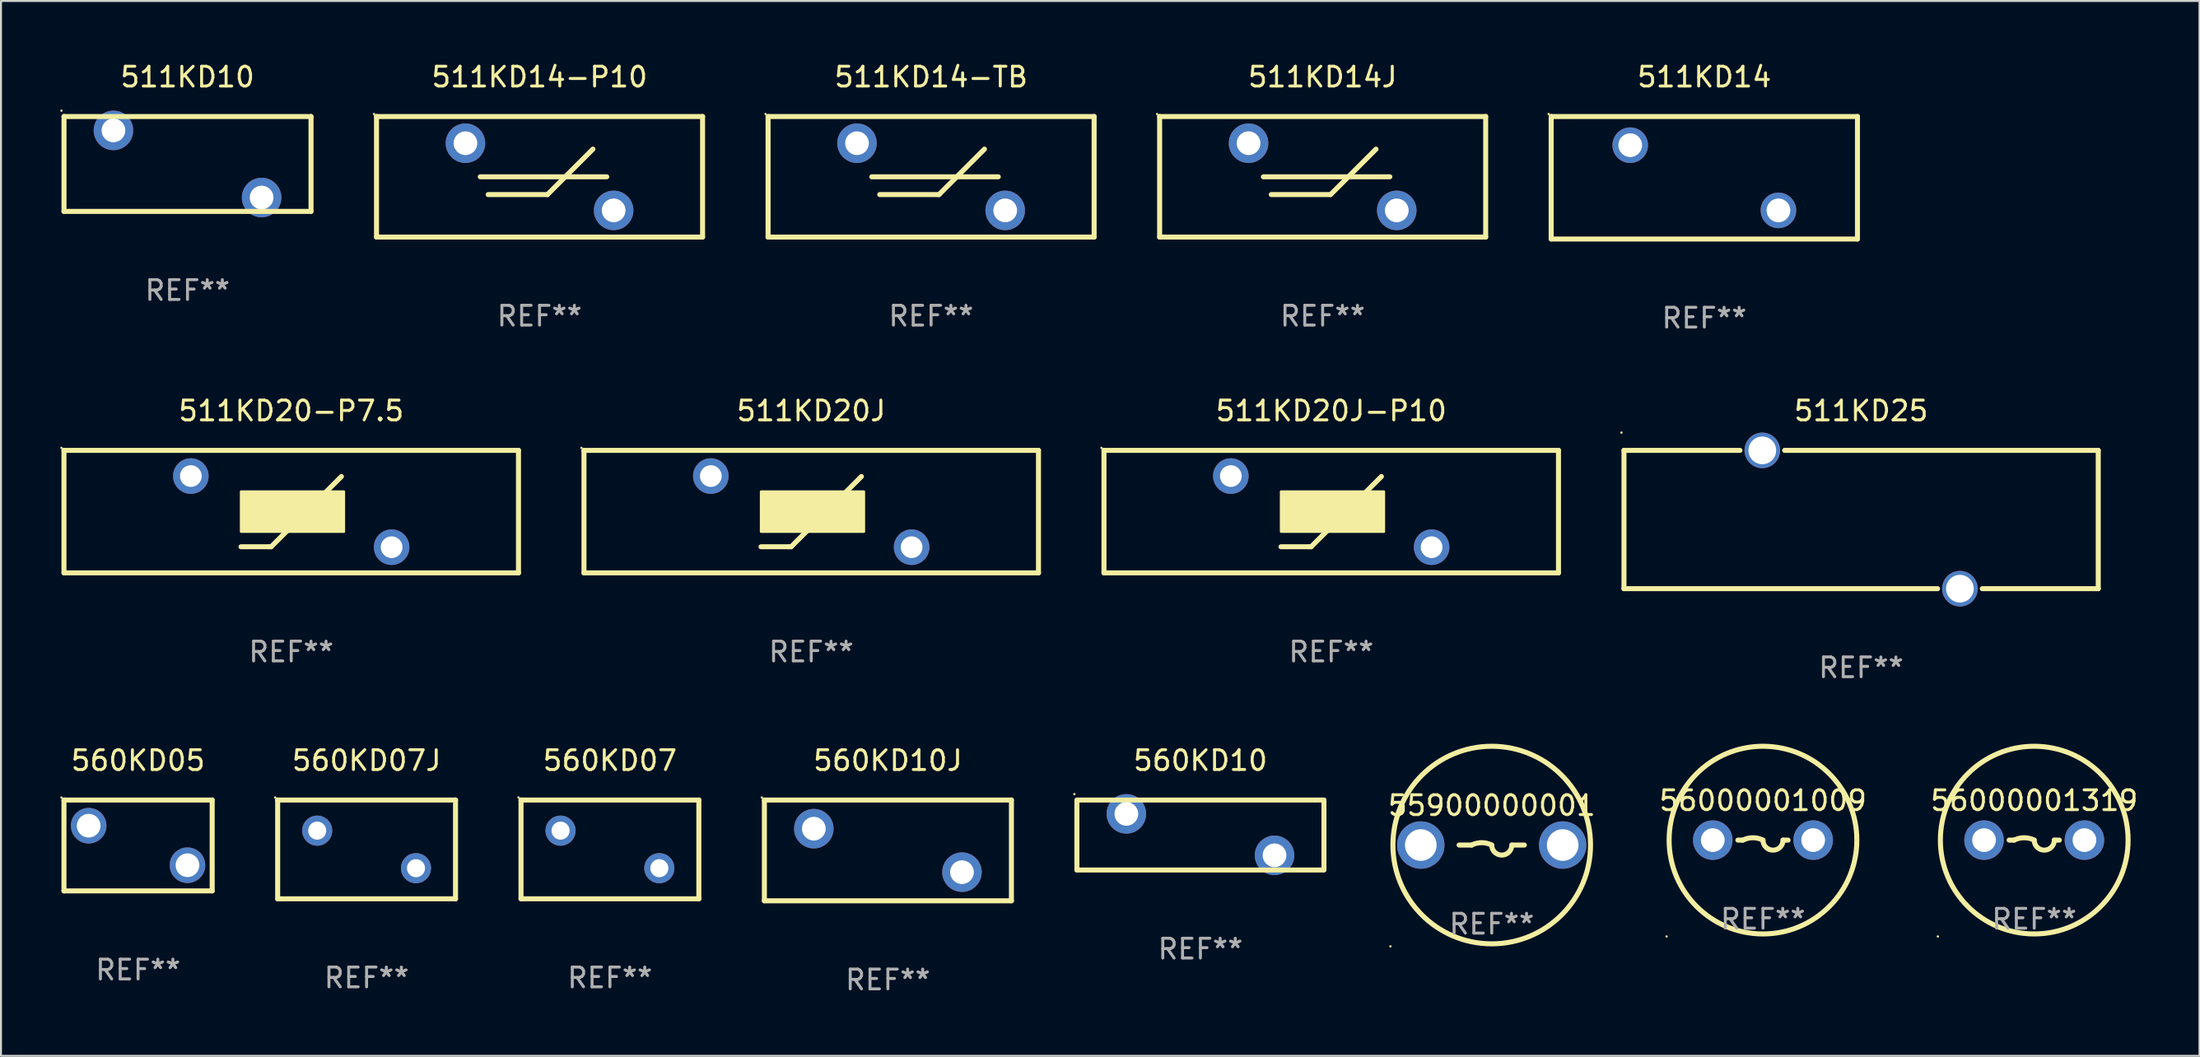
<source format=kicad_pcb>
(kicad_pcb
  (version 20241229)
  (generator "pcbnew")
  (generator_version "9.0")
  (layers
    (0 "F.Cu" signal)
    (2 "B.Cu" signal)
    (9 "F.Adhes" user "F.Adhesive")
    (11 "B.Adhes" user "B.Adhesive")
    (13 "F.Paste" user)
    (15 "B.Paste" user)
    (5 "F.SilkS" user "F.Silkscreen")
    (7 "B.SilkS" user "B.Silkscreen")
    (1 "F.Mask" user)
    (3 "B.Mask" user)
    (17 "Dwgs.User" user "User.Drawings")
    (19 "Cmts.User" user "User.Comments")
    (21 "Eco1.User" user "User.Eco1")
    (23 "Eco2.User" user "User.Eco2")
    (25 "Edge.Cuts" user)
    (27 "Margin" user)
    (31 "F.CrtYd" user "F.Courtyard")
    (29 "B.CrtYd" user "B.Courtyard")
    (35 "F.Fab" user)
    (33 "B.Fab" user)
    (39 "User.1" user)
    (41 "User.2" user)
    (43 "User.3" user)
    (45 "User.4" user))
  (footprint "511KD20J"
    (layer "F.Cu")
    (at 38.001 22.845)
    (property "Reference" "511KD20J" (at 0 -5.1 0) (layer "F.SilkS") (effects (font (size 1 1) (thickness 0.15))))
    (attr through_hole)
    (fp_line (start -11.5 -3.1) (end 11.5 -3.1) (stroke (width 0.254) (type solid)) (layer "F.SilkS"))
    (fp_line (start -11.5 3.1) (end -11.5 -3.1) (stroke (width 0.254) (type solid)) (layer "F.SilkS"))
    (fp_line (start -2.54 1.778) (end -1.143 1.778) (stroke (width 0.254) (type solid)) (layer "F.SilkS"))
    (fp_line (start -1.143 1.778) (end -1.016 1.778) (stroke (width 0.254) (type solid)) (layer "F.SilkS"))
    (fp_line (start -1.016 1.778) (end 2.54 -1.778) (stroke (width 0.254) (type solid)) (layer "F.SilkS"))
    (fp_line (start 11.5 -3.1) (end 11.5 3.1) (stroke (width 0.254) (type solid)) (layer "F.SilkS"))
    (fp_line (start 11.5 3.1) (end -11.5 3.1) (stroke (width 0.254) (type solid)) (layer "F.SilkS"))
    (fp_circle (center -11.627 -3.227) (end -11.597 -3.227) (stroke (width 0.06) (type solid)) (fill no) (layer "F.SilkS"))
    (fp_poly (pts (xy -2.54 -1.016) (xy 2.667 -1.016) (xy 2.667 1.016) (xy -2.54 1.016)) (stroke (width 0.12) (type solid)) (fill yes) (layer "F.SilkS"))
    (fp_text user "REF**" (at 0 7.1 0) (layer "F.Fab") (effects (font (size 1 1) (thickness 0.15))))
    (pad "1" thru_hole circle (at -5.08 -1.8) (size 1.8 1.8) (drill 1.1) (layers "*.Cu" "*.Mask"))
    (pad "2" thru_hole circle (at 5.08 1.8) (size 1.8 1.8) (drill 1.1) (layers "*.Cu" "*.Mask")))
  (footprint "560KD07"
    (layer "F.Cu")
    (at 27.815 39.941)
    (property "Reference" "560KD07" (at 0 -4.5 0) (layer "F.SilkS") (effects (font (size 1 1) (thickness 0.15))))
    (attr through_hole)
    (fp_line (start -4.5 -2.5) (end 4.5 -2.5) (stroke (width 0.254) (type solid)) (layer "F.SilkS"))
    (fp_line (start -4.5 2.5) (end -4.5 -2.5) (stroke (width 0.254) (type solid)) (layer "F.SilkS"))
    (fp_line (start 4.5 -2.5) (end 4.5 2.5) (stroke (width 0.254) (type solid)) (layer "F.SilkS"))
    (fp_line (start 4.5 2.5) (end -4.5 2.5) (stroke (width 0.254) (type solid)) (layer "F.SilkS"))
    (fp_circle (center -4.627 -2.627) (end -4.597 -2.627) (stroke (width 0.06) (type solid)) (fill no) (layer "F.SilkS"))
    (fp_text user "REF**" (at 0 6.5 0) (layer "F.Fab") (effects (font (size 1 1) (thickness 0.15))))
    (pad "1" thru_hole circle (at -2.499 -0.95) (size 1.524 1.524) (drill 0.914) (layers "*.Cu" "*.Mask"))
    (pad "2" thru_hole circle (at 2.499 0.95) (size 1.524 1.524) (drill 0.914) (layers "*.Cu" "*.Mask")))
  (footprint "560KD05"
    (layer "F.Cu")
    (at 3.937 39.741)
    (property "Reference" "560KD05" (at 0 -4.3 0) (layer "F.SilkS") (effects (font (size 1 1) (thickness 0.15))))
    (attr through_hole)
    (fp_line (start -3.75 -2.3) (end 3.75 -2.3) (stroke (width 0.254) (type solid)) (layer "F.SilkS"))
    (fp_line (start -3.75 2.3) (end -3.75 -2.3) (stroke (width 0.254) (type solid)) (layer "F.SilkS"))
    (fp_line (start 3.75 -2.3) (end 3.75 2.3) (stroke (width 0.254) (type solid)) (layer "F.SilkS"))
    (fp_line (start 3.75 2.3) (end -3.75 2.3) (stroke (width 0.254) (type solid)) (layer "F.SilkS"))
    (fp_circle (center -3.877 -2.427) (end -3.847 -2.427) (stroke (width 0.06) (type solid)) (fill no) (layer "F.SilkS"))
    (fp_text user "REF**" (at 0 6.3 0) (layer "F.Fab") (effects (font (size 1 1) (thickness 0.15))))
    (pad "1" thru_hole circle (at -2.5 -1) (size 1.8 1.8) (drill 1.2) (layers "*.Cu" "*.Mask"))
    (pad "2" thru_hole circle (at 2.5 1) (size 1.8 1.8) (drill 1.2) (layers "*.Cu" "*.Mask")))
  (footprint "511KD14"
    (layer "F.Cu")
    (at 83.195 5.948)
    (property "Reference" "511KD14" (at 0 -5.1 0) (layer "F.SilkS") (effects (font (size 1 1) (thickness 0.15))))
    (attr through_hole)
    (fp_line (start -7.75 -3.1) (end 7.75 -3.1) (stroke (width 0.254) (type solid)) (layer "F.SilkS"))
    (fp_line (start -7.75 3.1) (end -7.75 -3.1) (stroke (width 0.254) (type solid)) (layer "F.SilkS"))
    (fp_line (start 7.75 -3.1) (end 7.75 3.1) (stroke (width 0.254) (type solid)) (layer "F.SilkS"))
    (fp_line (start 7.75 3.1) (end -7.75 3.1) (stroke (width 0.254) (type solid)) (layer "F.SilkS"))
    (fp_circle (center -7.877 -3.227) (end -7.847 -3.227) (stroke (width 0.06) (type solid)) (fill no) (layer "F.SilkS"))
    (fp_text user "REF**" (at 0 7.1 0) (layer "F.Fab") (effects (font (size 1 1) (thickness 0.15))))
    (pad "1" thru_hole circle (at -3.75 -1.65) (size 1.8 1.8) (drill 1.2) (layers "*.Cu" "*.Mask"))
    (pad "2" thru_hole circle (at 3.75 1.65) (size 1.8 1.8) (drill 1.2) (layers "*.Cu" "*.Mask")))
  (footprint "560KD10"
    (layer "F.Cu")
    (at 57.696 39.212)
    (property "Reference" "560KD10" (at 0 -3.771 0) (layer "F.SilkS") (effects (font (size 1 1) (thickness 0.15))))
    (attr through_hole)
    (fp_line (start -6.251 1.761) (end -6.251 -1.739) (stroke (width 0.254) (type solid)) (layer "F.SilkS"))
    (fp_line (start -6.249 -1.771) (end 6.251 -1.771) (stroke (width 0.254) (type solid)) (layer "F.SilkS"))
    (fp_line (start 6.251 -1.761) (end 6.251 1.739) (stroke (width 0.254) (type solid)) (layer "F.SilkS"))
    (fp_line (start 6.251 1.771) (end -6.251 1.771) (stroke (width 0.254) (type solid)) (layer "F.SilkS"))
    (fp_circle (center -6.378 -2.07) (end -6.348 -2.07) (stroke (width 0.06) (type solid)) (fill no) (layer "F.SilkS"))
    (fp_text user "REF**" (at 0 5.771 0) (layer "F.Fab") (effects (font (size 1 1) (thickness 0.15))))
    (pad "1" thru_hole circle (at -3.748 -1.07) (size 2 2) (drill 1.2) (layers "*.Cu" "*.Mask"))
    (pad "2" thru_hole circle (at 3.75 1.028) (size 2 2) (drill 1.2) (layers "*.Cu" "*.Mask")))
  (footprint "56000001009"
    (layer "F.Cu")
    (at 86.163 39.47)
    (property "Reference" "56000001009" (at 0 -2 0) (layer "F.SilkS") (effects (font (size 1 1) (thickness 0.15))))
    (attr through_hole)
    (fp_line (start -1.27 0) (end -1.016 0) (stroke (width 0.254) (type solid)) (layer "F.SilkS"))
    (fp_line (start 1.27 0) (end 1.016 0) (stroke (width 0.254) (type solid)) (layer "F.SilkS"))
    (fp_arc (start -1.016027 0) (mid -0.508521 -0.119804) (end -0.001016 0.000001) (stroke (width 0.254001) (type solid)) (layer "F.SilkS"))
    (fp_arc (start 1.015977 0) (mid 0.50748 0.508484) (end -0.001017 -0.000001) (stroke (width 0.254001) (type solid)) (layer "F.SilkS"))
    (fp_circle (center -4.877 4.877) (end -4.847 4.877) (stroke (width 0.06) (type solid)) (fill no) (layer "F.SilkS"))
    (fp_circle (center 0 0) (end 4.75 0) (stroke (width 0.254) (type solid)) (fill no) (layer "F.SilkS"))
    (fp_text user "REF**" (at 0 4 0) (layer "F.Fab") (effects (font (size 1 1) (thickness 0.15))))
    (pad "1" thru_hole circle (at -2.54 0) (size 2 2) (drill 1.2) (layers "*.Cu" "*.Mask"))
    (pad "2" thru_hole circle (at 2.54 0) (size 2 2) (drill 1.2) (layers "*.Cu" "*.Mask")))
  (footprint "511KD20J-P10"
    (layer "F.Cu")
    (at 64.315 22.845)
    (property "Reference" "511KD20J-P10" (at 0 -5.1 0) (layer "F.SilkS") (effects (font (size 1 1) (thickness 0.15))))
    (attr through_hole)
    (fp_line (start -11.5 -3.1) (end 11.5 -3.1) (stroke (width 0.254) (type solid)) (layer "F.SilkS"))
    (fp_line (start -11.5 3.1) (end -11.5 -3.1) (stroke (width 0.254) (type solid)) (layer "F.SilkS"))
    (fp_line (start -2.54 1.778) (end -1.143 1.778) (stroke (width 0.254) (type solid)) (layer "F.SilkS"))
    (fp_line (start -1.143 1.778) (end -1.016 1.778) (stroke (width 0.254) (type solid)) (layer "F.SilkS"))
    (fp_line (start -1.016 1.778) (end 2.54 -1.778) (stroke (width 0.254) (type solid)) (layer "F.SilkS"))
    (fp_line (start 11.5 -3.1) (end 11.5 3.1) (stroke (width 0.254) (type solid)) (layer "F.SilkS"))
    (fp_line (start 11.5 3.1) (end -11.5 3.1) (stroke (width 0.254) (type solid)) (layer "F.SilkS"))
    (fp_circle (center -11.627 -3.227) (end -11.597 -3.227) (stroke (width 0.06) (type solid)) (fill no) (layer "F.SilkS"))
    (fp_poly (pts (xy -2.54 -1.016) (xy 2.667 -1.016) (xy 2.667 1.016) (xy -2.54 1.016)) (stroke (width 0.12) (type solid)) (fill yes) (layer "F.SilkS"))
    (fp_text user "REF**" (at 0 7.1 0) (layer "F.Fab") (effects (font (size 1 1) (thickness 0.15))))
    (pad "1" thru_hole circle (at -5.08 -1.8) (size 1.8 1.8) (drill 1.1) (layers "*.Cu" "*.Mask"))
    (pad "2" thru_hole circle (at 5.08 1.8) (size 1.8 1.8) (drill 1.1) (layers "*.Cu" "*.Mask")))
  (footprint "511KD10"
    (layer "F.Cu")
    (at 6.438 5.249)
    (property "Reference" "511KD10" (at 0 -4.4 0) (layer "F.SilkS") (effects (font (size 1 1) (thickness 0.15))))
    (attr through_hole)
    (fp_line (start -6.249 -2.4) (end 6.251 -2.4) (stroke (width 0.254) (type solid)) (layer "F.SilkS"))
    (fp_line (start -6.249 2.4) (end -6.249 -2.4) (stroke (width 0.254) (type solid)) (layer "F.SilkS"))
    (fp_line (start 6.251 -2.4) (end 6.251 2.4) (stroke (width 0.254) (type solid)) (layer "F.SilkS"))
    (fp_line (start 6.251 2.4) (end -6.251 2.4) (stroke (width 0.254) (type solid)) (layer "F.SilkS"))
    (fp_circle (center -6.378 -2.699) (end -6.348 -2.699) (stroke (width 0.06) (type solid)) (fill no) (layer "F.SilkS"))
    (fp_text user "REF**" (at 0 6.4 0) (layer "F.Fab") (effects (font (size 1 1) (thickness 0.15))))
    (pad "1" thru_hole circle (at -3.748 -1.699) (size 2 2) (drill 1.2) (layers "*.Cu" "*.Mask"))
    (pad "2" thru_hole circle (at 3.75 1.699) (size 2 2) (drill 1.2) (layers "*.Cu" "*.Mask")))
  (footprint "511KD14-TB"
    (layer "F.Cu")
    (at 44.067 5.898)
    (property "Reference" "511KD14-TB" (at 0 -5.05 0) (layer "F.SilkS") (effects (font (size 1 1) (thickness 0.15))))
    (attr through_hole)
    (fp_line (start -8.25 -3.05) (end -8.25 3.05) (stroke (width 0.254) (type solid)) (layer "F.SilkS"))
    (fp_line (start -8.25 -3.05) (end 8.25 -3.05) (stroke (width 0.254) (type solid)) (layer "F.SilkS"))
    (fp_line (start -3 0) (end 3.4 0) (stroke (width 0.254) (type solid)) (layer "F.SilkS"))
    (fp_line (start -2.6 0.9) (end 0.4 0.9) (stroke (width 0.254) (type solid)) (layer "F.SilkS"))
    (fp_line (start 0.4 0.9) (end 2.7 -1.4) (stroke (width 0.254) (type solid)) (layer "F.SilkS"))
    (fp_line (start 8.25 -3.05) (end 8.25 3.05) (stroke (width 0.254) (type solid)) (layer "F.SilkS"))
    (fp_line (start 8.25 3.05) (end -8.25 3.05) (stroke (width 0.254) (type solid)) (layer "F.SilkS"))
    (fp_circle (center -8.377 -3.177) (end -8.347 -3.177) (stroke (width 0.06) (type solid)) (fill no) (layer "F.SilkS"))
    (fp_text user "REF**" (at 0 7.05 0) (layer "F.Fab") (effects (font (size 1 1) (thickness 0.15))))
    (pad "1" thru_hole circle (at -3.75 -1.7) (size 2 2) (drill 1.2) (layers "*.Cu" "*.Mask"))
    (pad "2" thru_hole circle (at 3.75 1.7) (size 2 2) (drill 1.2) (layers "*.Cu" "*.Mask")))
  (footprint "511KD25"
    (layer "F.Cu")
    (at 91.129 23.245)
    (property "Reference" "511KD25" (at 0 -5.5 0) (layer "F.SilkS") (effects (font (size 1 1) (thickness 0.15))))
    (attr through_hole)
    (fp_line (start -12 -3.5) (end -6.131 -3.5) (stroke (width 0.254) (type solid)) (layer "F.SilkS"))
    (fp_line (start -12 3.5) (end -12 -3.5) (stroke (width 0.254) (type solid)) (layer "F.SilkS"))
    (fp_line (start -3.869 -3.5) (end 12 -3.5) (stroke (width 0.254) (type solid)) (layer "F.SilkS"))
    (fp_line (start 3.869 3.5) (end -12 3.5) (stroke (width 0.254) (type solid)) (layer "F.SilkS"))
    (fp_line (start 12 -3.5) (end 12 3.5) (stroke (width 0.254) (type solid)) (layer "F.SilkS"))
    (fp_line (start 12 3.5) (end 6.131 3.5) (stroke (width 0.254) (type solid)) (layer "F.SilkS"))
    (fp_circle (center -12.127 -4.4) (end -12.097 -4.4) (stroke (width 0.06) (type solid)) (fill no) (layer "F.SilkS"))
    (fp_text user "REF**" (at 0 7.5 0) (layer "F.Fab") (effects (font (size 1 1) (thickness 0.15))))
    (pad "1" thru_hole circle (at -5 -3.5) (size 1.8 1.8) (drill 1.4) (layers "*.Cu" "*.Mask"))
    (pad "2" thru_hole circle (at 5 3.5) (size 1.8 1.8) (drill 1.4) (layers "*.Cu" "*.Mask")))
  (footprint "560KD10J"
    (layer "F.Cu")
    (at 41.88 39.992)
    (property "Reference" "560KD10J" (at 0 -4.55 0) (layer "F.SilkS") (effects (font (size 1 1) (thickness 0.15))))
    (attr through_hole)
    (fp_line (start -6.249 -2.55) (end 6.251 -2.55) (stroke (width 0.254) (type solid)) (layer "F.SilkS"))
    (fp_line (start -6.249 2.55) (end -6.249 -2.55) (stroke (width 0.254) (type solid)) (layer "F.SilkS"))
    (fp_line (start 6.251 -2.55) (end 6.251 2.55) (stroke (width 0.254) (type solid)) (layer "F.SilkS"))
    (fp_line (start 6.251 2.55) (end -6.251 2.55) (stroke (width 0.254) (type solid)) (layer "F.SilkS"))
    (fp_circle (center -6.378 -2.677) (end -6.348 -2.677) (stroke (width 0.06) (type solid)) (fill no) (layer "F.SilkS"))
    (fp_text user "REF**" (at 0 6.55 0) (layer "F.Fab") (effects (font (size 1 1) (thickness 0.15))))
    (pad "1" thru_hole circle (at -3.748 -1.1) (size 2 2) (drill 1.2) (layers "*.Cu" "*.Mask"))
    (pad "2" thru_hole circle (at 3.75 1.1) (size 2 2) (drill 1.2) (layers "*.Cu" "*.Mask")))
  (footprint "560KD07J"
    (layer "F.Cu")
    (at 15.501 39.941)
    (property "Reference" "560KD07J" (at 0 -4.5 0) (layer "F.SilkS") (effects (font (size 1 1) (thickness 0.15))))
    (attr through_hole)
    (fp_line (start -4.5 -2.5) (end 4.5 -2.5) (stroke (width 0.254) (type solid)) (layer "F.SilkS"))
    (fp_line (start -4.5 2.5) (end -4.5 -2.5) (stroke (width 0.254) (type solid)) (layer "F.SilkS"))
    (fp_line (start 4.5 -2.5) (end 4.5 2.5) (stroke (width 0.254) (type solid)) (layer "F.SilkS"))
    (fp_line (start 4.5 2.5) (end -4.5 2.5) (stroke (width 0.254) (type solid)) (layer "F.SilkS"))
    (fp_circle (center -4.627 -2.627) (end -4.597 -2.627) (stroke (width 0.06) (type solid)) (fill no) (layer "F.SilkS"))
    (fp_text user "REF**" (at 0 6.5 0) (layer "F.Fab") (effects (font (size 1 1) (thickness 0.15))))
    (pad "1" thru_hole circle (at -2.499 -0.95) (size 1.524 1.524) (drill 0.914) (layers "*.Cu" "*.Mask"))
    (pad "2" thru_hole circle (at 2.499 0.95) (size 1.524 1.524) (drill 0.914) (layers "*.Cu" "*.Mask")))
  (footprint "511KD14-P10"
    (layer "F.Cu")
    (at 24.253 5.898)
    (property "Reference" "511KD14-P10" (at 0 -5.05 0) (layer "F.SilkS") (effects (font (size 1 1) (thickness 0.15))))
    (attr through_hole)
    (fp_line (start -8.25 -3.05) (end -8.25 3.05) (stroke (width 0.254) (type solid)) (layer "F.SilkS"))
    (fp_line (start -8.25 -3.05) (end 8.25 -3.05) (stroke (width 0.254) (type solid)) (layer "F.SilkS"))
    (fp_line (start -3 0) (end 3.4 0) (stroke (width 0.254) (type solid)) (layer "F.SilkS"))
    (fp_line (start -2.6 0.9) (end 0.4 0.9) (stroke (width 0.254) (type solid)) (layer "F.SilkS"))
    (fp_line (start 0.4 0.9) (end 2.7 -1.4) (stroke (width 0.254) (type solid)) (layer "F.SilkS"))
    (fp_line (start 8.25 -3.05) (end 8.25 3.05) (stroke (width 0.254) (type solid)) (layer "F.SilkS"))
    (fp_line (start 8.25 3.05) (end -8.25 3.05) (stroke (width 0.254) (type solid)) (layer "F.SilkS"))
    (fp_circle (center -8.377 -3.177) (end -8.347 -3.177) (stroke (width 0.06) (type solid)) (fill no) (layer "F.SilkS"))
    (fp_text user "REF**" (at 0 7.05 0) (layer "F.Fab") (effects (font (size 1 1) (thickness 0.15))))
    (pad "1" thru_hole circle (at -3.75 -1.7) (size 2 2) (drill 1.2) (layers "*.Cu" "*.Mask"))
    (pad "2" thru_hole circle (at 3.75 1.7) (size 2 2) (drill 1.2) (layers "*.Cu" "*.Mask")))
  (footprint "56000001319"
    (layer "F.Cu")
    (at 99.89 39.47)
    (property "Reference" "56000001319" (at 0 -2 0) (layer "F.SilkS") (effects (font (size 1 1) (thickness 0.15))))
    (attr through_hole)
    (fp_line (start -1.27 0) (end -1.016 0) (stroke (width 0.254) (type solid)) (layer "F.SilkS"))
    (fp_line (start 1.27 0) (end 1.016 0) (stroke (width 0.254) (type solid)) (layer "F.SilkS"))
    (fp_arc (start -1.016027 0) (mid -0.508521 -0.119804) (end -0.001016 0.000001) (stroke (width 0.254001) (type solid)) (layer "F.SilkS"))
    (fp_arc (start 1.015977 0) (mid 0.50748 0.508484) (end -0.001017 -0.000001) (stroke (width 0.254001) (type solid)) (layer "F.SilkS"))
    (fp_circle (center -4.877 4.877) (end -4.847 4.877) (stroke (width 0.06) (type solid)) (fill no) (layer "F.SilkS"))
    (fp_circle (center 0 0) (end 4.75 0) (stroke (width 0.254) (type solid)) (fill no) (layer "F.SilkS"))
    (fp_text user "REF**" (at 0 4 0) (layer "F.Fab") (effects (font (size 1 1) (thickness 0.15))))
    (pad "1" thru_hole circle (at -2.54 0) (size 2 2) (drill 1.2) (layers "*.Cu" "*.Mask"))
    (pad "2" thru_hole circle (at 2.54 0) (size 2 2) (drill 1.2) (layers "*.Cu" "*.Mask")))
  (footprint "511KD20-P7.5"
    (layer "F.Cu")
    (at 11.687 22.845)
    (property "Reference" "511KD20-P7.5" (at 0 -5.1 0) (layer "F.SilkS") (effects (font (size 1 1) (thickness 0.15))))
    (attr through_hole)
    (fp_line (start -11.5 -3.1) (end 11.5 -3.1) (stroke (width 0.254) (type solid)) (layer "F.SilkS"))
    (fp_line (start -11.5 3.1) (end -11.5 -3.1) (stroke (width 0.254) (type solid)) (layer "F.SilkS"))
    (fp_line (start -2.54 1.778) (end -1.143 1.778) (stroke (width 0.254) (type solid)) (layer "F.SilkS"))
    (fp_line (start -1.143 1.778) (end -1.016 1.778) (stroke (width 0.254) (type solid)) (layer "F.SilkS"))
    (fp_line (start -1.016 1.778) (end 2.54 -1.778) (stroke (width 0.254) (type solid)) (layer "F.SilkS"))
    (fp_line (start 11.5 -3.1) (end 11.5 3.1) (stroke (width 0.254) (type solid)) (layer "F.SilkS"))
    (fp_line (start 11.5 3.1) (end -11.5 3.1) (stroke (width 0.254) (type solid)) (layer "F.SilkS"))
    (fp_circle (center -11.627 -3.227) (end -11.597 -3.227) (stroke (width 0.06) (type solid)) (fill no) (layer "F.SilkS"))
    (fp_poly (pts (xy -2.54 -1.016) (xy 2.667 -1.016) (xy 2.667 1.016) (xy -2.54 1.016)) (stroke (width 0.12) (type solid)) (fill yes) (layer "F.SilkS"))
    (fp_text user "REF**" (at 0 7.1 0) (layer "F.Fab") (effects (font (size 1 1) (thickness 0.15))))
    (pad "1" thru_hole circle (at -5.08 -1.8) (size 1.8 1.8) (drill 1.1) (layers "*.Cu" "*.Mask"))
    (pad "2" thru_hole circle (at 5.08 1.8) (size 1.8 1.8) (drill 1.1) (layers "*.Cu" "*.Mask")))
  (footprint "511KD14J"
    (layer "F.Cu")
    (at 63.881 5.898)
    (property "Reference" "511KD14J" (at 0 -5.05 0) (layer "F.SilkS") (effects (font (size 1 1) (thickness 0.15))))
    (attr through_hole)
    (fp_line (start -8.25 -3.05) (end -8.25 3.05) (stroke (width 0.254) (type solid)) (layer "F.SilkS"))
    (fp_line (start -8.25 -3.05) (end 8.25 -3.05) (stroke (width 0.254) (type solid)) (layer "F.SilkS"))
    (fp_line (start -3 0) (end 3.4 0) (stroke (width 0.254) (type solid)) (layer "F.SilkS"))
    (fp_line (start -2.6 0.9) (end 0.4 0.9) (stroke (width 0.254) (type solid)) (layer "F.SilkS"))
    (fp_line (start 0.4 0.9) (end 2.7 -1.4) (stroke (width 0.254) (type solid)) (layer "F.SilkS"))
    (fp_line (start 8.25 -3.05) (end 8.25 3.05) (stroke (width 0.254) (type solid)) (layer "F.SilkS"))
    (fp_line (start 8.25 3.05) (end -8.25 3.05) (stroke (width 0.254) (type solid)) (layer "F.SilkS"))
    (fp_circle (center -8.377 -3.177) (end -8.347 -3.177) (stroke (width 0.06) (type solid)) (fill no) (layer "F.SilkS"))
    (fp_text user "REF**" (at 0 7.05 0) (layer "F.Fab") (effects (font (size 1 1) (thickness 0.15))))
    (pad "1" thru_hole circle (at -3.75 -1.7) (size 2 2) (drill 1.2) (layers "*.Cu" "*.Mask"))
    (pad "2" thru_hole circle (at 3.75 1.7) (size 2 2) (drill 1.2) (layers "*.Cu" "*.Mask")))
  (footprint "55900000001"
    (layer "F.Cu")
    (at 72.437 39.72)
    (property "Reference" "55900000001" (at 0 -2 0) (layer "F.SilkS") (effects (font (size 1 1) (thickness 0.15))))
    (attr through_hole)
    (fp_line (start -1.651 0) (end -1.016 0) (stroke (width 0.254) (type solid)) (layer "F.SilkS"))
    (fp_line (start 1.651 0) (end 1.016 0) (stroke (width 0.254) (type solid)) (layer "F.SilkS"))
    (fp_arc (start -1.016027 0) (mid -0.508521 -0.119804) (end -0.001016 0.000001) (stroke (width 0.254001) (type solid)) (layer "F.SilkS"))
    (fp_arc (start 1.015977 0) (mid 0.50748 0.508484) (end -0.001017 -0.000001) (stroke (width 0.254001) (type solid)) (layer "F.SilkS"))
    (fp_circle (center -5.127 5.127) (end -5.097 5.127) (stroke (width 0.06) (type solid)) (fill no) (layer "F.SilkS"))
    (fp_circle (center 0 0) (end 5 0) (stroke (width 0.254) (type solid)) (fill no) (layer "F.SilkS"))
    (fp_text user "REF**" (at 0 4 0) (layer "F.Fab") (effects (font (size 1 1) (thickness 0.15))))
    (pad "1" thru_hole circle (at -3.59 0) (size 2.4 2.4) (drill 1.6) (layers "*.Cu" "*.Mask"))
    (pad "2" thru_hole circle (at 3.59 0) (size 2.4 2.4) (drill 1.6) (layers "*.Cu" "*.Mask")))
  (gr_rect
    (start -3 -3)
    (end 108.253 50.39)
    (stroke (width 0.1) (type default))
    (fill no)
    (layer "Edge.Cuts")))
</source>
